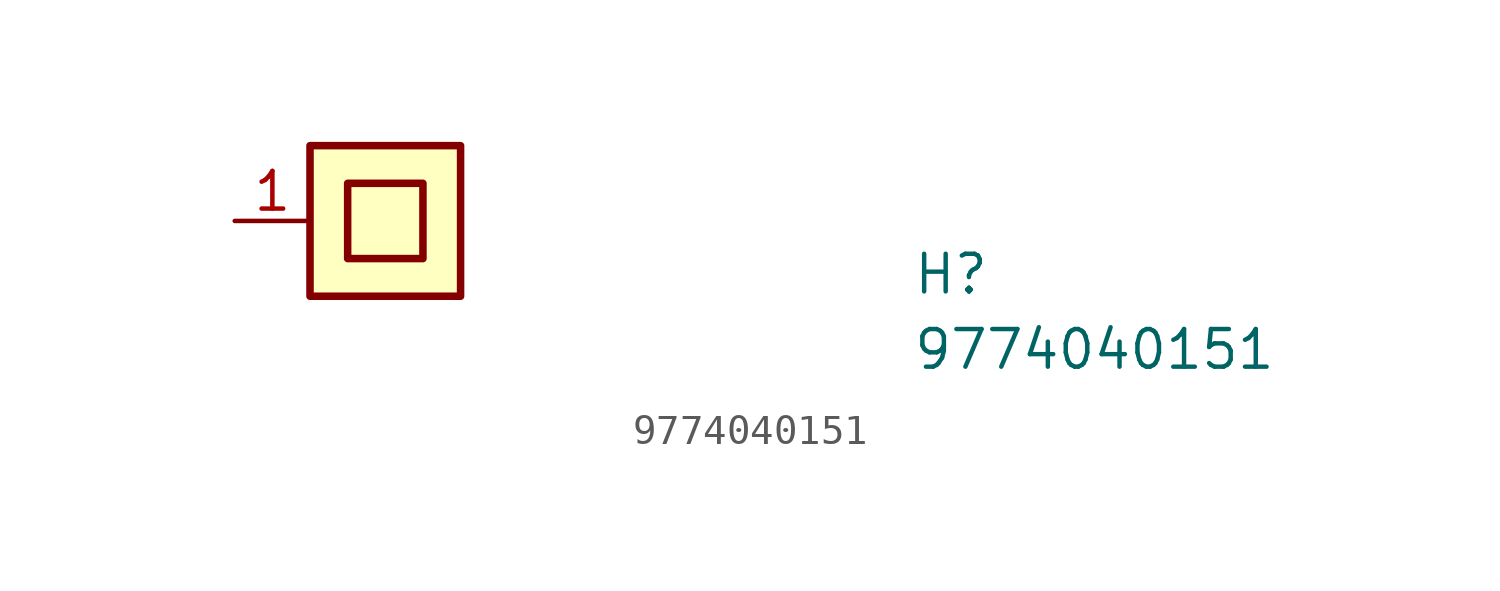
<source format=kicad_sym>
(kicad_symbol_lib
  (version 20211014)
  (generator kicad_symbol_editor)
  (symbol "9774040151"
    (pin_names hide)
    (property "Reference" "H"
      (at 22.86 -2.54 0)
      (effects (font (size 1.27 1.27) (thickness 0.15)) (justify left bottom)))
    (property "Value" "9774040151"
      (at 22.86 -5.08 0)
      (effects (font (size 1.27 1.27) (thickness 0.15)) (justify left bottom)))
    (symbol "9774040151_1_1"
      (rectangle (start 2.54 -2.54) (end 7.62 2.54) (stroke (width 0.254) (type default) (color 0 0 0 0)) (fill (type background)))
      (rectangle (start 3.81 -1.27) (end 6.35 1.27) (stroke (width 0.254) (type default) (color 0 0 0 0)) (fill (type none)))
      (pin passive line (at 0 0 0) (length 2.54) (name "1" (effects (font (size 1.27 1.27)))) (number "1" (effects (font (size 1.27 1.27))))))))
</source>
